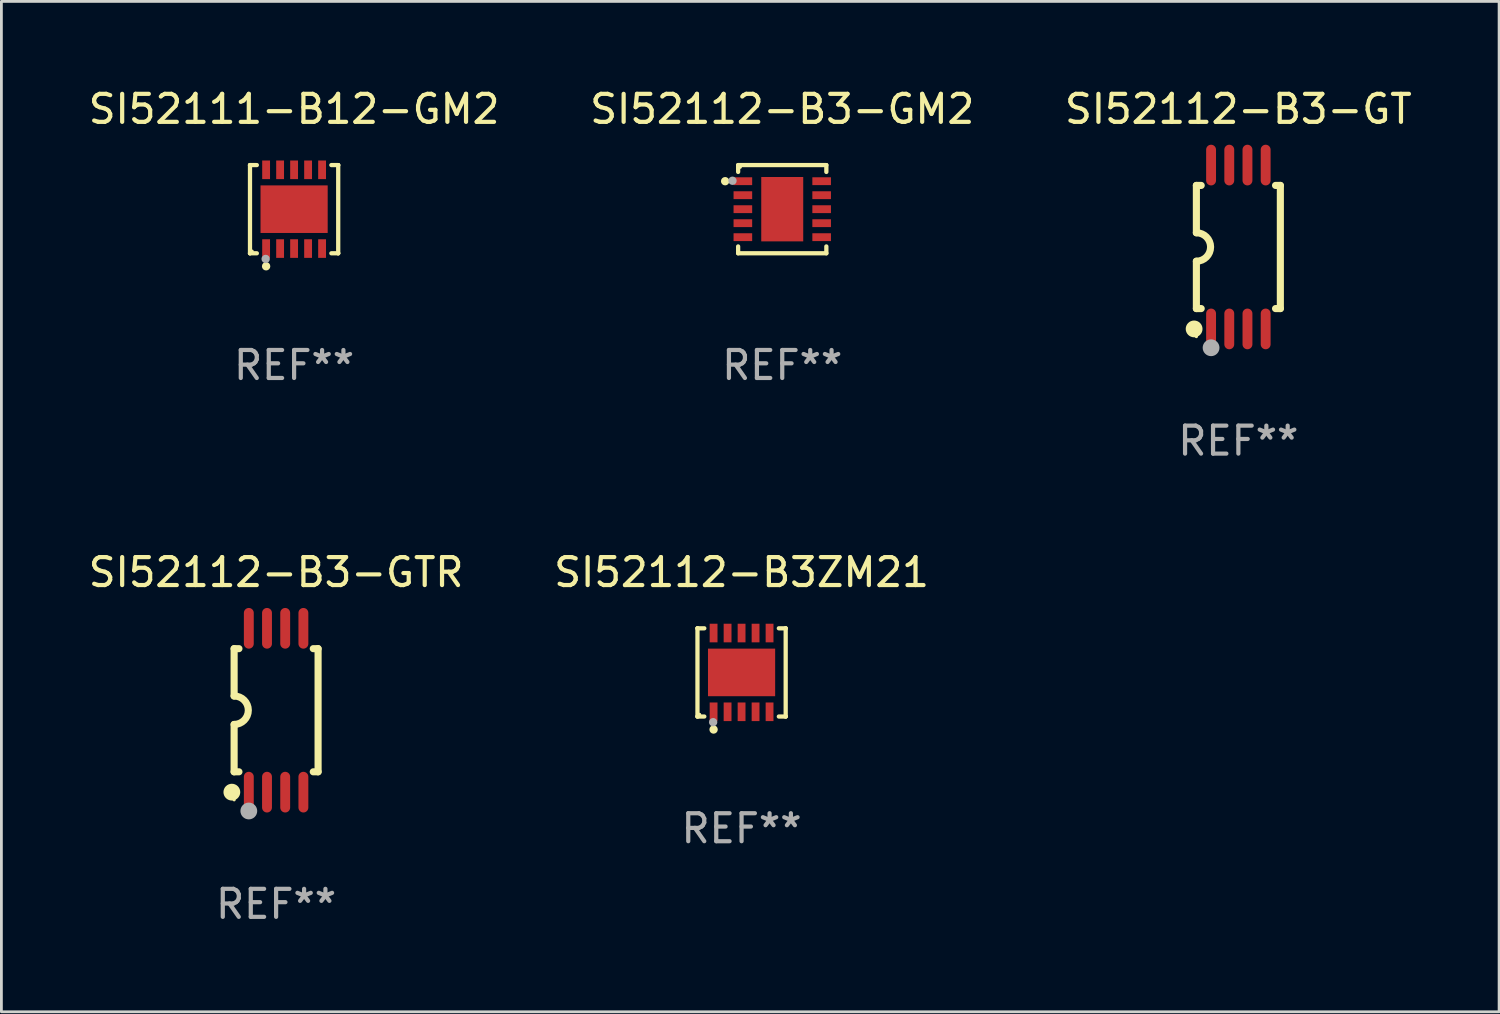
<source format=kicad_pcb>
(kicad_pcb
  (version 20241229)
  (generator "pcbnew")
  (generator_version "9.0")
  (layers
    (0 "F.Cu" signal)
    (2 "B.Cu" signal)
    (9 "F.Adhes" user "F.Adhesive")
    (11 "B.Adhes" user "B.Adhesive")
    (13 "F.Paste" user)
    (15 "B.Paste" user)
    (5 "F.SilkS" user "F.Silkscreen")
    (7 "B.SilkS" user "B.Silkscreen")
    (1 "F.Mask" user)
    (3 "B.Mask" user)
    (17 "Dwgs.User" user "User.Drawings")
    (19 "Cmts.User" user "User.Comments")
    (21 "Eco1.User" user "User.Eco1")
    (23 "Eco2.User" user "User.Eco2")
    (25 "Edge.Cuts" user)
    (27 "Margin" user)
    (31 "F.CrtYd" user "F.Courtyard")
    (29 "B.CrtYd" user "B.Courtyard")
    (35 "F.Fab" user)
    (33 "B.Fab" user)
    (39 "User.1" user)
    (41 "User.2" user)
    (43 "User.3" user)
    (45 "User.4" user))
  (footprint "SI52112-B3-GTR"
    (layer "F.Cu")
    (at 6.815 22.326)
    (property "Reference" "SI52112-B3-GTR" (at 0 -4.927 0) (layer "F.SilkS") (effects (font (size 1 1) (thickness 0.15))))
    (attr through_hole)
    (fp_line (start -1.5 -2.2) (end -1.5 -0.508) (stroke (width 0.254) (type solid)) (layer "F.SilkS"))
    (fp_line (start -1.5 -2.2) (end -1.328 -2.2) (stroke (width 0.254) (type solid)) (layer "F.SilkS"))
    (fp_line (start -1.5 2.2) (end -1.5 0.508) (stroke (width 0.254) (type solid)) (layer "F.SilkS"))
    (fp_line (start -1.5 2.2) (end -1.328 2.2) (stroke (width 0.254) (type solid)) (layer "F.SilkS"))
    (fp_line (start 1.328 -2.2) (end 1.5 -2.2) (stroke (width 0.254) (type solid)) (layer "F.SilkS"))
    (fp_line (start 1.328 2.2) (end 1.5 2.2) (stroke (width 0.254) (type solid)) (layer "F.SilkS"))
    (fp_line (start 1.5 -2.2) (end 1.5 2.2) (stroke (width 0.254) (type solid)) (layer "F.SilkS"))
    (fp_arc (start -1.501144 -0.508) (mid -0.993143 -0.000571) (end -1.5 0.508001) (stroke (width 0.254001) (type solid)) (layer "F.SilkS"))
    (fp_circle (center -1.581 2.927) (end -1.431 2.927) (stroke (width 0.3) (type solid)) (fill no) (layer "F.SilkS"))
    (fp_circle (center -1.5 3.2) (end -1.47 3.2) (stroke (width 0.06) (type solid)) (fill no) (layer "F.SilkS"))
    (fp_circle (center -0.975 3.6) (end -0.825 3.6) (stroke (width 0.3) (type solid)) (fill no) (layer "F.Fab"))
    (fp_text user "REF**" (at 0 6.927 0) (layer "F.Fab") (effects (font (size 1 1) (thickness 0.15))))
    (pad "1" smd oval (at -0.975 2.927) (size 0.353 1.454) (layers "F.Cu" "F.Mask" "F.Paste"))
    (pad "2" smd oval (at -0.325 2.927) (size 0.353 1.454) (layers "F.Cu" "F.Mask" "F.Paste"))
    (pad "3" smd oval (at 0.325 2.927) (size 0.353 1.454) (layers "F.Cu" "F.Mask" "F.Paste"))
    (pad "4" smd oval (at 0.975 2.927) (size 0.353 1.454) (layers "F.Cu" "F.Mask" "F.Paste"))
    (pad "5" smd oval (at 0.975 -2.927) (size 0.353 1.454) (layers "F.Cu" "F.Mask" "F.Paste"))
    (pad "6" smd oval (at 0.325 -2.927) (size 0.353 1.454) (layers "F.Cu" "F.Mask" "F.Paste"))
    (pad "7" smd oval (at -0.325 -2.927) (size 0.353 1.454) (layers "F.Cu" "F.Mask" "F.Paste"))
    (pad "8" smd oval (at -0.975 -2.927) (size 0.353 1.454) (layers "F.Cu" "F.Mask" "F.Paste")))
  (footprint "SI52111-B12-GM2"
    (layer "F.Cu")
    (at 7.458 4.424)
    (property "Reference" "SI52111-B12-GM2" (at 0 -3.576 0) (layer "F.SilkS") (effects (font (size 1 1) (thickness 0.15))))
    (attr through_hole)
    (fp_line (start -1.576 -1.576) (end -1.576 -1.576) (stroke (width 0.152) (type solid)) (layer "F.SilkS"))
    (fp_line (start -1.576 -1.576) (end -1.331 -1.576) (stroke (width 0.152) (type solid)) (layer "F.SilkS"))
    (fp_line (start -1.576 1.576) (end -1.576 -1.576) (stroke (width 0.152) (type solid)) (layer "F.SilkS"))
    (fp_line (start -1.576 1.576) (end -1.576 1.576) (stroke (width 0.152) (type solid)) (layer "F.SilkS"))
    (fp_line (start -1.331 1.576) (end -1.576 1.576) (stroke (width 0.152) (type solid)) (layer "F.SilkS"))
    (fp_line (start 1.331 1.576) (end 1.576 1.576) (stroke (width 0.152) (type solid)) (layer "F.SilkS"))
    (fp_line (start 1.576 -1.576) (end 1.331 -1.576) (stroke (width 0.152) (type solid)) (layer "F.SilkS"))
    (fp_line (start 1.576 -1.576) (end 1.576 -1.576) (stroke (width 0.152) (type solid)) (layer "F.SilkS"))
    (fp_line (start 1.576 1.576) (end 1.576 -1.576) (stroke (width 0.152) (type solid)) (layer "F.SilkS"))
    (fp_line (start 1.576 1.576) (end 1.576 1.576) (stroke (width 0.152) (type solid)) (layer "F.SilkS"))
    (fp_circle (center -1.5 1.5) (end -1.47 1.5) (stroke (width 0.06) (type solid)) (fill no) (layer "F.SilkS"))
    (fp_circle (center -1 2.04) (end -0.925 2.04) (stroke (width 0.15) (type solid)) (fill no) (layer "F.SilkS"))
    (fp_circle (center -1.016 1.778) (end -0.941 1.778) (stroke (width 0.15) (type solid)) (fill no) (layer "F.Fab"))
    (fp_text user "REF**" (at 0 5.576 0) (layer "F.Fab") (effects (font (size 1 1) (thickness 0.15))))
    (pad "1" smd rect (at -1 1.407) (size 0.28 0.665) (layers "F.Cu" "F.Mask" "F.Paste"))
    (pad "2" smd rect (at -0.5 1.407) (size 0.28 0.665) (layers "F.Cu" "F.Mask" "F.Paste"))
    (pad "3" smd rect (at 0 1.407) (size 0.28 0.665) (layers "F.Cu" "F.Mask" "F.Paste"))
    (pad "4" smd rect (at 0.5 1.407) (size 0.28 0.665) (layers "F.Cu" "F.Mask" "F.Paste"))
    (pad "5" smd rect (at 1 1.407) (size 0.28 0.665) (layers "F.Cu" "F.Mask" "F.Paste"))
    (pad "6" smd rect (at 1 -1.407) (size 0.28 0.665) (layers "F.Cu" "F.Mask" "F.Paste"))
    (pad "7" smd rect (at 0.5 -1.407) (size 0.28 0.665) (layers "F.Cu" "F.Mask" "F.Paste"))
    (pad "8" smd rect (at 0 -1.407) (size 0.28 0.665) (layers "F.Cu" "F.Mask" "F.Paste"))
    (pad "9" smd rect (at -0.5 -1.407) (size 0.28 0.665) (layers "F.Cu" "F.Mask" "F.Paste"))
    (pad "10" smd rect (at -1 -1.407) (size 0.28 0.665) (layers "F.Cu" "F.Mask" "F.Paste"))
    (pad "11" smd rect (at 0 0) (size 2.4 1.7) (layers "F.Cu" "F.Mask" "F.Paste")))
  (footprint "SI52112-B3-GT"
    (layer "F.Cu")
    (at 41.196 5.775)
    (property "Reference" "SI52112-B3-GT" (at 0 -4.927 0) (layer "F.SilkS") (effects (font (size 1 1) (thickness 0.15))))
    (attr through_hole)
    (fp_line (start -1.5 -2.2) (end -1.5 -0.508) (stroke (width 0.254) (type solid)) (layer "F.SilkS"))
    (fp_line (start -1.5 -2.2) (end -1.328 -2.2) (stroke (width 0.254) (type solid)) (layer "F.SilkS"))
    (fp_line (start -1.5 2.2) (end -1.5 0.508) (stroke (width 0.254) (type solid)) (layer "F.SilkS"))
    (fp_line (start -1.5 2.2) (end -1.328 2.2) (stroke (width 0.254) (type solid)) (layer "F.SilkS"))
    (fp_line (start 1.328 -2.2) (end 1.5 -2.2) (stroke (width 0.254) (type solid)) (layer "F.SilkS"))
    (fp_line (start 1.328 2.2) (end 1.5 2.2) (stroke (width 0.254) (type solid)) (layer "F.SilkS"))
    (fp_line (start 1.5 -2.2) (end 1.5 2.2) (stroke (width 0.254) (type solid)) (layer "F.SilkS"))
    (fp_arc (start -1.501144 -0.508) (mid -0.993143 -0.000571) (end -1.5 0.508001) (stroke (width 0.254001) (type solid)) (layer "F.SilkS"))
    (fp_circle (center -1.581 2.927) (end -1.431 2.927) (stroke (width 0.3) (type solid)) (fill no) (layer "F.SilkS"))
    (fp_circle (center -1.5 3.2) (end -1.47 3.2) (stroke (width 0.06) (type solid)) (fill no) (layer "F.SilkS"))
    (fp_circle (center -0.975 3.6) (end -0.825 3.6) (stroke (width 0.3) (type solid)) (fill no) (layer "F.Fab"))
    (fp_text user "REF**" (at 0 6.927 0) (layer "F.Fab") (effects (font (size 1 1) (thickness 0.15))))
    (pad "1" smd oval (at -0.975 2.927) (size 0.353 1.454) (layers "F.Cu" "F.Mask" "F.Paste"))
    (pad "2" smd oval (at -0.325 2.927) (size 0.353 1.454) (layers "F.Cu" "F.Mask" "F.Paste"))
    (pad "3" smd oval (at 0.325 2.927) (size 0.353 1.454) (layers "F.Cu" "F.Mask" "F.Paste"))
    (pad "4" smd oval (at 0.975 2.927) (size 0.353 1.454) (layers "F.Cu" "F.Mask" "F.Paste"))
    (pad "5" smd oval (at 0.975 -2.927) (size 0.353 1.454) (layers "F.Cu" "F.Mask" "F.Paste"))
    (pad "6" smd oval (at 0.325 -2.927) (size 0.353 1.454) (layers "F.Cu" "F.Mask" "F.Paste"))
    (pad "7" smd oval (at -0.325 -2.927) (size 0.353 1.454) (layers "F.Cu" "F.Mask" "F.Paste"))
    (pad "8" smd oval (at -0.975 -2.927) (size 0.353 1.454) (layers "F.Cu" "F.Mask" "F.Paste")))
  (footprint "SI52112-B3-GM2"
    (layer "F.Cu")
    (at 24.899 4.424)
    (property "Reference" "SI52112-B3-GM2" (at 0 -3.576 0) (layer "F.SilkS") (effects (font (size 1 1) (thickness 0.15))))
    (attr through_hole)
    (fp_line (start -1.576 -1.576) (end 1.576 -1.576) (stroke (width 0.152) (type solid)) (layer "F.SilkS"))
    (fp_line (start -1.576 -1.331) (end -1.576 -1.576) (stroke (width 0.152) (type solid)) (layer "F.SilkS"))
    (fp_line (start -1.576 1.331) (end -1.576 1.576) (stroke (width 0.152) (type solid)) (layer "F.SilkS"))
    (fp_line (start -1.576 1.576) (end 1.576 1.576) (stroke (width 0.152) (type solid)) (layer "F.SilkS"))
    (fp_line (start 1.576 -1.576) (end 1.576 -1.331) (stroke (width 0.152) (type solid)) (layer "F.SilkS"))
    (fp_line (start 1.576 1.576) (end 1.576 1.331) (stroke (width 0.152) (type solid)) (layer "F.SilkS"))
    (fp_circle (center -2.04 -1) (end -1.965 -1) (stroke (width 0.15) (type solid)) (fill no) (layer "F.SilkS"))
    (fp_circle (center -1.5 -1.5) (end -1.47 -1.5) (stroke (width 0.06) (type solid)) (fill no) (layer "F.SilkS"))
    (fp_circle (center -1.778 -1.016) (end -1.703 -1.016) (stroke (width 0.15) (type solid)) (fill no) (layer "F.Fab"))
    (fp_text user "REF**" (at 0 5.576 0) (layer "F.Fab") (effects (font (size 1 1) (thickness 0.15))))
    (pad "1" smd rect (at -1.407 -1 270) (size 0.28 0.665) (layers "F.Cu" "F.Mask" "F.Paste"))
    (pad "2" smd rect (at -1.407 -0.5 270) (size 0.28 0.665) (layers "F.Cu" "F.Mask" "F.Paste"))
    (pad "3" smd rect (at -1.407 0.000102 270) (size 0.28 0.665) (layers "F.Cu" "F.Mask" "F.Paste"))
    (pad "4" smd rect (at -1.407 0.5 270) (size 0.28 0.665) (layers "F.Cu" "F.Mask" "F.Paste"))
    (pad "5" smd rect (at -1.407 1 270) (size 0.28 0.665) (layers "F.Cu" "F.Mask" "F.Paste"))
    (pad "6" smd rect (at 1.408 1 270) (size 0.28 0.665) (layers "F.Cu" "F.Mask" "F.Paste"))
    (pad "7" smd rect (at 1.408 0.5 270) (size 0.28 0.665) (layers "F.Cu" "F.Mask" "F.Paste"))
    (pad "8" smd rect (at 1.408 0.000102 270) (size 0.28 0.665) (layers "F.Cu" "F.Mask" "F.Paste"))
    (pad "9" smd rect (at 1.408 -0.5 270) (size 0.28 0.665) (layers "F.Cu" "F.Mask" "F.Paste"))
    (pad "10" smd rect (at 1.408 -1 270) (size 0.28 0.665) (layers "F.Cu" "F.Mask" "F.Paste"))
    (pad "11" smd rect (at -0.000051 0.000102 270) (size 2.3 1.5) (layers "F.Cu" "F.Mask" "F.Paste")))
  (footprint "SI52112-B3ZM21"
    (layer "F.Cu")
    (at 23.446 20.975)
    (property "Reference" "SI52112-B3ZM21" (at 0 -3.576 0) (layer "F.SilkS") (effects (font (size 1 1) (thickness 0.15))))
    (attr through_hole)
    (fp_line (start -1.576 -1.576) (end -1.576 -1.576) (stroke (width 0.152) (type solid)) (layer "F.SilkS"))
    (fp_line (start -1.576 -1.576) (end -1.331 -1.576) (stroke (width 0.152) (type solid)) (layer "F.SilkS"))
    (fp_line (start -1.576 1.576) (end -1.576 -1.576) (stroke (width 0.152) (type solid)) (layer "F.SilkS"))
    (fp_line (start -1.576 1.576) (end -1.576 1.576) (stroke (width 0.152) (type solid)) (layer "F.SilkS"))
    (fp_line (start -1.331 1.576) (end -1.576 1.576) (stroke (width 0.152) (type solid)) (layer "F.SilkS"))
    (fp_line (start 1.331 1.576) (end 1.576 1.576) (stroke (width 0.152) (type solid)) (layer "F.SilkS"))
    (fp_line (start 1.576 -1.576) (end 1.331 -1.576) (stroke (width 0.152) (type solid)) (layer "F.SilkS"))
    (fp_line (start 1.576 -1.576) (end 1.576 -1.576) (stroke (width 0.152) (type solid)) (layer "F.SilkS"))
    (fp_line (start 1.576 1.576) (end 1.576 -1.576) (stroke (width 0.152) (type solid)) (layer "F.SilkS"))
    (fp_line (start 1.576 1.576) (end 1.576 1.576) (stroke (width 0.152) (type solid)) (layer "F.SilkS"))
    (fp_circle (center -1.5 1.5) (end -1.47 1.5) (stroke (width 0.06) (type solid)) (fill no) (layer "F.SilkS"))
    (fp_circle (center -1 2.04) (end -0.925 2.04) (stroke (width 0.15) (type solid)) (fill no) (layer "F.SilkS"))
    (fp_circle (center -1.016 1.778) (end -0.941 1.778) (stroke (width 0.15) (type solid)) (fill no) (layer "F.Fab"))
    (fp_text user "REF**" (at 0 5.576 0) (layer "F.Fab") (effects (font (size 1 1) (thickness 0.15))))
    (pad "1" smd rect (at -1 1.407) (size 0.28 0.665) (layers "F.Cu" "F.Mask" "F.Paste"))
    (pad "2" smd rect (at -0.5 1.407) (size 0.28 0.665) (layers "F.Cu" "F.Mask" "F.Paste"))
    (pad "3" smd rect (at 0 1.407) (size 0.28 0.665) (layers "F.Cu" "F.Mask" "F.Paste"))
    (pad "4" smd rect (at 0.5 1.407) (size 0.28 0.665) (layers "F.Cu" "F.Mask" "F.Paste"))
    (pad "5" smd rect (at 1 1.407) (size 0.28 0.665) (layers "F.Cu" "F.Mask" "F.Paste"))
    (pad "6" smd rect (at 1 -1.407) (size 0.28 0.665) (layers "F.Cu" "F.Mask" "F.Paste"))
    (pad "7" smd rect (at 0.5 -1.407) (size 0.28 0.665) (layers "F.Cu" "F.Mask" "F.Paste"))
    (pad "8" smd rect (at 0 -1.407) (size 0.28 0.665) (layers "F.Cu" "F.Mask" "F.Paste"))
    (pad "9" smd rect (at -0.5 -1.407) (size 0.28 0.665) (layers "F.Cu" "F.Mask" "F.Paste"))
    (pad "10" smd rect (at -1 -1.407) (size 0.28 0.665) (layers "F.Cu" "F.Mask" "F.Paste"))
    (pad "11" smd rect (at 0 0) (size 2.4 1.7) (layers "F.Cu" "F.Mask" "F.Paste")))
  (gr_rect
    (start -3 -3)
    (end 50.512 33.101)
    (stroke (width 0.1) (type default))
    (fill no)
    (layer "Edge.Cuts")))
</source>
